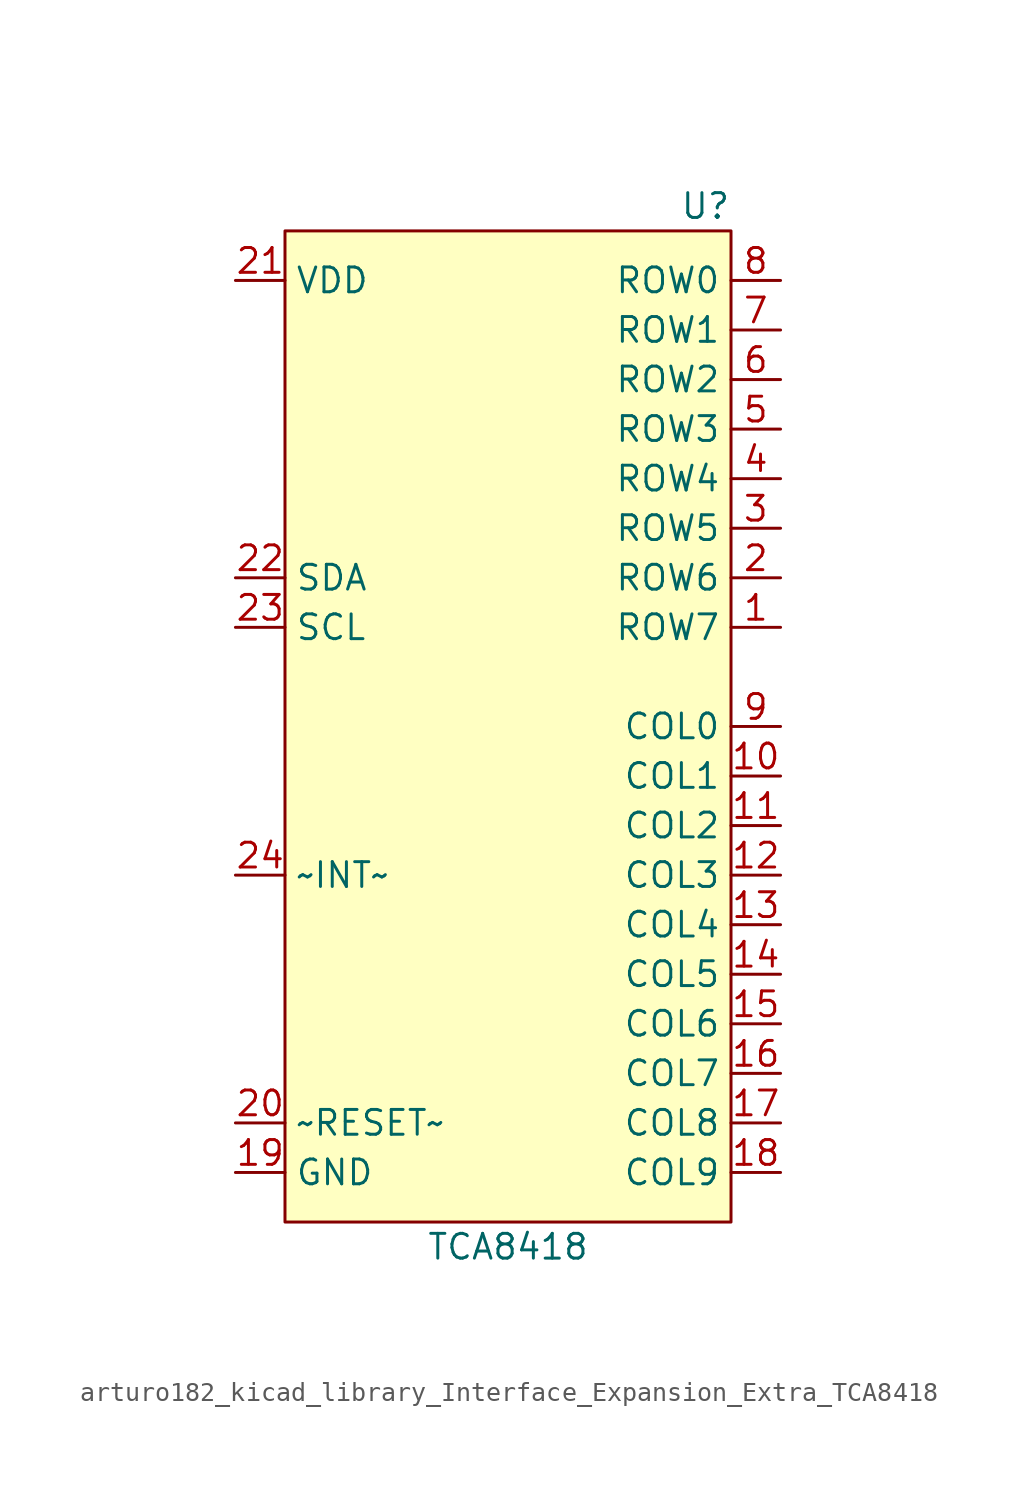
<source format=kicad_sym>
(kicad_symbol_lib
  (version 20220914)
  (generator kicad_symbol_editor)
  (symbol "Interface_Expansion_Extra:arturo182_kicad_library_Interface_Expansion_Extra_TCA8418"
    (property "Reference" "U"
      (at 11.43 26.67 0)
      (effects (font (size 1.27 1.27)) (justify right)))
    (property "Value" "TCA8418"
      (at 0 -26.67 0)
      (effects (font (size 1.27 1.27))))
    (symbol "arturo182_kicad_library_Interface_Expansion_Extra_TCA8418_0_1"
      (rectangle (start -11.43 25.4) (end 11.43 -25.4) (stroke (width 0)) (fill (type background))))
    (symbol "arturo182_kicad_library_Interface_Expansion_Extra_TCA8418_1_1"
      (pin bidirectional line (at 13.97 5.08 180) (length 2.54) (name "ROW7" (effects (font (size 1.27 1.27)))) (number "1" (effects (font (size 1.27 1.27)))))
      (pin bidirectional line (at 13.97 -2.54 180) (length 2.54) (name "COL1" (effects (font (size 1.27 1.27)))) (number "10" (effects (font (size 1.27 1.27)))))
      (pin bidirectional line (at 13.97 -5.08 180) (length 2.54) (name "COL2" (effects (font (size 1.27 1.27)))) (number "11" (effects (font (size 1.27 1.27)))))
      (pin bidirectional line (at 13.97 -7.62 180) (length 2.54) (name "COL3" (effects (font (size 1.27 1.27)))) (number "12" (effects (font (size 1.27 1.27)))))
      (pin bidirectional line (at 13.97 -10.16 180) (length 2.54) (name "COL4" (effects (font (size 1.27 1.27)))) (number "13" (effects (font (size 1.27 1.27)))))
      (pin bidirectional line (at 13.97 -12.7 180) (length 2.54) (name "COL5" (effects (font (size 1.27 1.27)))) (number "14" (effects (font (size 1.27 1.27)))))
      (pin bidirectional line (at 13.97 -15.24 180) (length 2.54) (name "COL6" (effects (font (size 1.27 1.27)))) (number "15" (effects (font (size 1.27 1.27)))))
      (pin bidirectional line (at 13.97 -17.78 180) (length 2.54) (name "COL7" (effects (font (size 1.27 1.27)))) (number "16" (effects (font (size 1.27 1.27)))))
      (pin bidirectional line (at 13.97 -20.32 180) (length 2.54) (name "COL8" (effects (font (size 1.27 1.27)))) (number "17" (effects (font (size 1.27 1.27)))))
      (pin bidirectional line (at 13.97 -22.86 180) (length 2.54) (name "COL9" (effects (font (size 1.27 1.27)))) (number "18" (effects (font (size 1.27 1.27)))))
      (pin power_in line (at -13.97 -22.86 0) (length 2.54) (name "GND" (effects (font (size 1.27 1.27)))) (number "19" (effects (font (size 1.27 1.27)))))
      (pin bidirectional line (at 13.97 7.62 180) (length 2.54) (name "ROW6" (effects (font (size 1.27 1.27)))) (number "2" (effects (font (size 1.27 1.27)))))
      (pin input line (at -13.97 -20.32 0) (length 2.54) (name "~RESET~" (effects (font (size 1.27 1.27)))) (number "20" (effects (font (size 1.27 1.27)))))
      (pin power_in line (at -13.97 22.86 0) (length 2.54) (name "VDD" (effects (font (size 1.27 1.27)))) (number "21" (effects (font (size 1.27 1.27)))))
      (pin bidirectional line (at -13.97 7.62 0) (length 2.54) (name "SDA" (effects (font (size 1.27 1.27)))) (number "22" (effects (font (size 1.27 1.27)))))
      (pin input line (at -13.97 5.08 0) (length 2.54) (name "SCL" (effects (font (size 1.27 1.27)))) (number "23" (effects (font (size 1.27 1.27)))))
      (pin output line (at -13.97 -7.62 0) (length 2.54) (name "~INT~" (effects (font (size 1.27 1.27)))) (number "24" (effects (font (size 1.27 1.27)))))
      (pin bidirectional line (at 13.97 10.16 180) (length 2.54) (name "ROW5" (effects (font (size 1.27 1.27)))) (number "3" (effects (font (size 1.27 1.27)))))
      (pin bidirectional line (at 13.97 12.7 180) (length 2.54) (name "ROW4" (effects (font (size 1.27 1.27)))) (number "4" (effects (font (size 1.27 1.27)))))
      (pin bidirectional line (at 13.97 15.24 180) (length 2.54) (name "ROW3" (effects (font (size 1.27 1.27)))) (number "5" (effects (font (size 1.27 1.27)))))
      (pin bidirectional line (at 13.97 17.78 180) (length 2.54) (name "ROW2" (effects (font (size 1.27 1.27)))) (number "6" (effects (font (size 1.27 1.27)))))
      (pin bidirectional line (at 13.97 20.32 180) (length 2.54) (name "ROW1" (effects (font (size 1.27 1.27)))) (number "7" (effects (font (size 1.27 1.27)))))
      (pin bidirectional line (at 13.97 22.86 180) (length 2.54) (name "ROW0" (effects (font (size 1.27 1.27)))) (number "8" (effects (font (size 1.27 1.27)))))
      (pin bidirectional line (at 13.97 0 180) (length 2.54) (name "COL0" (effects (font (size 1.27 1.27)))) (number "9" (effects (font (size 1.27 1.27))))))))
</source>
